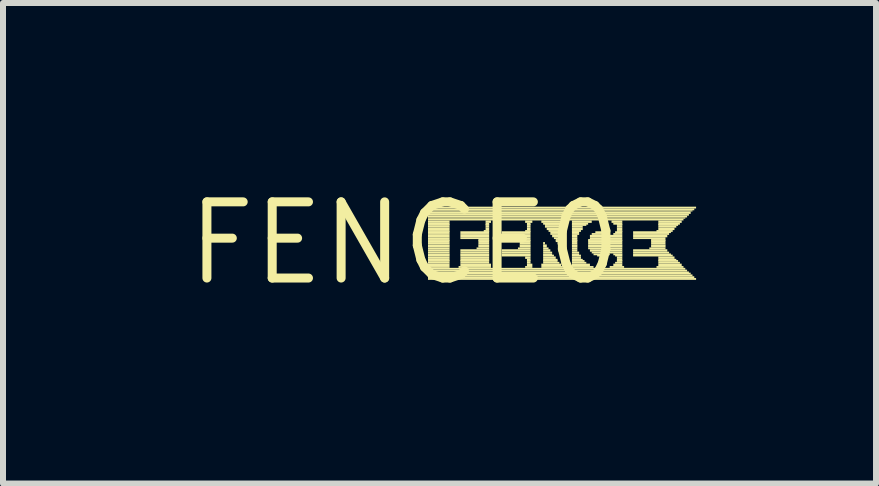
<source format=kicad_pcb>
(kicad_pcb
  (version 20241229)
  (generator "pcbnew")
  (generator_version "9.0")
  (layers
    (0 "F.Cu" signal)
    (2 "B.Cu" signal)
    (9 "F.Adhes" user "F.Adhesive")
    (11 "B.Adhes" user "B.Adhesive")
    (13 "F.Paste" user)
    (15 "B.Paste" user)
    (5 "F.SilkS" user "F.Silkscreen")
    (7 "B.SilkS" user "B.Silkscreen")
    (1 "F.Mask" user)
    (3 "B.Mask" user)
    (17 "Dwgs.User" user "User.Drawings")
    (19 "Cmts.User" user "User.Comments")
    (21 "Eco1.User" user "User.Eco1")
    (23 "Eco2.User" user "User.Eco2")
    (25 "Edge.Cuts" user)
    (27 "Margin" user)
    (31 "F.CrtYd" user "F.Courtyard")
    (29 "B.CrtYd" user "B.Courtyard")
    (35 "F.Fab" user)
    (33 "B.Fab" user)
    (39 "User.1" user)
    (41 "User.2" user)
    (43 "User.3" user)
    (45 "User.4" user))
  (footprint "FENCE0"
    (layer "F.Cu")
    (at 3.696 1.006)
    (property "Reference" "FENCE0" (at 0 0 0) (layer "F.SilkS") (effects (font (size 1.27 1.27) (thickness 0.15))))
    (attr through_hole)
    (fp_poly (pts (xy 0.39 -0.58) (xy 4.86 -0.58) (xy 4.86 -0.61) (xy 0.39 -0.61)) (stroke (width 0) (type solid)) (fill yes) (layer "F.SilkS"))
    (fp_poly (pts (xy 0.39 -0.55) (xy 4.83 -0.55) (xy 4.83 -0.58) (xy 0.39 -0.58)) (stroke (width 0) (type solid)) (fill yes) (layer "F.SilkS"))
    (fp_poly (pts (xy 0.39 -0.53) (xy 4.8 -0.53) (xy 4.8 -0.55) (xy 0.39 -0.55)) (stroke (width 0) (type solid)) (fill yes) (layer "F.SilkS"))
    (fp_poly (pts (xy 0.39 -0.49) (xy 4.77 -0.49) (xy 4.77 -0.53) (xy 0.39 -0.53)) (stroke (width 0) (type solid)) (fill yes) (layer "F.SilkS"))
    (fp_poly (pts (xy 0.39 -0.46) (xy 4.74 -0.46) (xy 4.74 -0.49) (xy 0.39 -0.49)) (stroke (width 0) (type solid)) (fill yes) (layer "F.SilkS"))
    (fp_poly (pts (xy 0.39 -0.43) (xy 4.71 -0.43) (xy 4.71 -0.46) (xy 0.39 -0.46)) (stroke (width 0) (type solid)) (fill yes) (layer "F.SilkS"))
    (fp_poly (pts (xy 0.39 -0.41) (xy 4.68 -0.41) (xy 4.68 -0.43) (xy 0.39 -0.43)) (stroke (width 0) (type solid)) (fill yes) (layer "F.SilkS"))
    (fp_poly (pts (xy 0.39 -0.38) (xy 3.24 -0.38) (xy 3.24 -0.41) (xy 0.39 -0.41)) (stroke (width 0) (type solid)) (fill yes) (layer "F.SilkS"))
    (fp_poly (pts (xy 0.39 -0.34) (xy 0.75 -0.34) (xy 0.75 -0.38) (xy 0.39 -0.38)) (stroke (width 0) (type solid)) (fill yes) (layer "F.SilkS"))
    (fp_poly (pts (xy 0.39 -0.31) (xy 0.75 -0.31) (xy 0.75 -0.34) (xy 0.39 -0.34)) (stroke (width 0) (type solid)) (fill yes) (layer "F.SilkS"))
    (fp_poly (pts (xy 0.39 -0.29) (xy 0.75 -0.29) (xy 0.75 -0.32) (xy 0.39 -0.32)) (stroke (width 0) (type solid)) (fill yes) (layer "F.SilkS"))
    (fp_poly (pts (xy 0.39 -0.26) (xy 0.75 -0.26) (xy 0.75 -0.29) (xy 0.39 -0.29)) (stroke (width 0) (type solid)) (fill yes) (layer "F.SilkS"))
    (fp_poly (pts (xy 0.39 -0.22) (xy 0.75 -0.22) (xy 0.75 -0.26) (xy 0.39 -0.26)) (stroke (width 0) (type solid)) (fill yes) (layer "F.SilkS"))
    (fp_poly (pts (xy 0.39 -0.19) (xy 0.75 -0.19) (xy 0.75 -0.22) (xy 0.39 -0.22)) (stroke (width 0) (type solid)) (fill yes) (layer "F.SilkS"))
    (fp_poly (pts (xy 0.39 -0.17) (xy 0.75 -0.17) (xy 0.75 -0.2) (xy 0.39 -0.2)) (stroke (width 0) (type solid)) (fill yes) (layer "F.SilkS"))
    (fp_poly (pts (xy 0.39 -0.14) (xy 0.75 -0.14) (xy 0.75 -0.17) (xy 0.39 -0.17)) (stroke (width 0) (type solid)) (fill yes) (layer "F.SilkS"))
    (fp_poly (pts (xy 0.39 -0.1) (xy 0.75 -0.1) (xy 0.75 -0.14) (xy 0.39 -0.14)) (stroke (width 0) (type solid)) (fill yes) (layer "F.SilkS"))
    (fp_poly (pts (xy 0.39 -0.07) (xy 0.75 -0.07) (xy 0.75 -0.1) (xy 0.39 -0.1)) (stroke (width 0) (type solid)) (fill yes) (layer "F.SilkS"))
    (fp_poly (pts (xy 0.39 -0.04) (xy 0.75 -0.04) (xy 0.75 -0.07) (xy 0.39 -0.07)) (stroke (width 0) (type solid)) (fill yes) (layer "F.SilkS"))
    (fp_poly (pts (xy 0.39 -0.02) (xy 0.75 -0.02) (xy 0.75 -0.05) (xy 0.39 -0.05)) (stroke (width 0) (type solid)) (fill yes) (layer "F.SilkS"))
    (fp_poly (pts (xy 0.39 0.02) (xy 0.75 0.02) (xy 0.75 -0.02) (xy 0.39 -0.02)) (stroke (width 0) (type solid)) (fill yes) (layer "F.SilkS"))
    (fp_poly (pts (xy 0.39 0.05) (xy 0.75 0.05) (xy 0.75 0.02) (xy 0.39 0.02)) (stroke (width 0) (type solid)) (fill yes) (layer "F.SilkS"))
    (fp_poly (pts (xy 0.39 0.07) (xy 0.75 0.07) (xy 0.75 0.04) (xy 0.39 0.04)) (stroke (width 0) (type solid)) (fill yes) (layer "F.SilkS"))
    (fp_poly (pts (xy 0.39 0.1) (xy 0.75 0.1) (xy 0.75 0.07) (xy 0.39 0.07)) (stroke (width 0) (type solid)) (fill yes) (layer "F.SilkS"))
    (fp_poly (pts (xy 0.39 0.14) (xy 0.75 0.14) (xy 0.75 0.1) (xy 0.39 0.1)) (stroke (width 0) (type solid)) (fill yes) (layer "F.SilkS"))
    (fp_poly (pts (xy 0.39 0.17) (xy 0.75 0.17) (xy 0.75 0.14) (xy 0.39 0.14)) (stroke (width 0) (type solid)) (fill yes) (layer "F.SilkS"))
    (fp_poly (pts (xy 0.39 0.2) (xy 0.75 0.2) (xy 0.75 0.17) (xy 0.39 0.17)) (stroke (width 0) (type solid)) (fill yes) (layer "F.SilkS"))
    (fp_poly (pts (xy 0.39 0.22) (xy 0.75 0.22) (xy 0.75 0.19) (xy 0.39 0.19)) (stroke (width 0) (type solid)) (fill yes) (layer "F.SilkS"))
    (fp_poly (pts (xy 0.39 0.26) (xy 0.75 0.26) (xy 0.75 0.22) (xy 0.39 0.22)) (stroke (width 0) (type solid)) (fill yes) (layer "F.SilkS"))
    (fp_poly (pts (xy 0.39 0.29) (xy 0.75 0.29) (xy 0.75 0.26) (xy 0.39 0.26)) (stroke (width 0) (type solid)) (fill yes) (layer "F.SilkS"))
    (fp_poly (pts (xy 0.39 0.31) (xy 0.75 0.31) (xy 0.75 0.28) (xy 0.39 0.28)) (stroke (width 0) (type solid)) (fill yes) (layer "F.SilkS"))
    (fp_poly (pts (xy 0.39 0.34) (xy 0.75 0.34) (xy 0.75 0.31) (xy 0.39 0.31)) (stroke (width 0) (type solid)) (fill yes) (layer "F.SilkS"))
    (fp_poly (pts (xy 0.39 0.38) (xy 0.75 0.38) (xy 0.75 0.34) (xy 0.39 0.34)) (stroke (width 0) (type solid)) (fill yes) (layer "F.SilkS"))
    (fp_poly (pts (xy 0.39 0.41) (xy 0.75 0.41) (xy 0.75 0.38) (xy 0.39 0.38)) (stroke (width 0) (type solid)) (fill yes) (layer "F.SilkS"))
    (fp_poly (pts (xy 0.39 0.44) (xy 4.68 0.44) (xy 4.68 0.41) (xy 0.39 0.41)) (stroke (width 0) (type solid)) (fill yes) (layer "F.SilkS"))
    (fp_poly (pts (xy 0.39 0.47) (xy 4.71 0.47) (xy 4.71 0.44) (xy 0.39 0.44)) (stroke (width 0) (type solid)) (fill yes) (layer "F.SilkS"))
    (fp_poly (pts (xy 0.39 0.5) (xy 4.74 0.5) (xy 4.74 0.47) (xy 0.39 0.47)) (stroke (width 0) (type solid)) (fill yes) (layer "F.SilkS"))
    (fp_poly (pts (xy 0.39 0.52) (xy 4.77 0.52) (xy 4.77 0.49) (xy 0.39 0.49)) (stroke (width 0) (type solid)) (fill yes) (layer "F.SilkS"))
    (fp_poly (pts (xy 0.39 0.55) (xy 4.8 0.55) (xy 4.8 0.52) (xy 0.39 0.52)) (stroke (width 0) (type solid)) (fill yes) (layer "F.SilkS"))
    (fp_poly (pts (xy 0.39 0.58) (xy 4.83 0.58) (xy 4.83 0.55) (xy 0.39 0.55)) (stroke (width 0) (type solid)) (fill yes) (layer "F.SilkS"))
    (fp_poly (pts (xy 0.39 0.61) (xy 4.86 0.61) (xy 4.86 0.58) (xy 0.39 0.58)) (stroke (width 0) (type solid)) (fill yes) (layer "F.SilkS"))
    (fp_poly (pts (xy 0.9 0.41) (xy 1.44 0.41) (xy 1.44 0.38) (xy 0.9 0.38)) (stroke (width 0) (type solid)) (fill yes) (layer "F.SilkS"))
    (fp_poly (pts (xy 0.93 -0.17) (xy 1.41 -0.17) (xy 1.41 -0.2) (xy 0.93 -0.2)) (stroke (width 0) (type solid)) (fill yes) (layer "F.SilkS"))
    (fp_poly (pts (xy 0.93 -0.14) (xy 1.41 -0.14) (xy 1.41 -0.17) (xy 0.93 -0.17)) (stroke (width 0) (type solid)) (fill yes) (layer "F.SilkS"))
    (fp_poly (pts (xy 0.93 -0.1) (xy 1.41 -0.1) (xy 1.41 -0.14) (xy 0.93 -0.14)) (stroke (width 0) (type solid)) (fill yes) (layer "F.SilkS"))
    (fp_poly (pts (xy 0.93 -0.07) (xy 1.41 -0.07) (xy 1.41 -0.1) (xy 0.93 -0.1)) (stroke (width 0) (type solid)) (fill yes) (layer "F.SilkS"))
    (fp_poly (pts (xy 0.93 0.14) (xy 1.41 0.14) (xy 1.41 0.1) (xy 0.93 0.1)) (stroke (width 0) (type solid)) (fill yes) (layer "F.SilkS"))
    (fp_poly (pts (xy 0.93 0.17) (xy 1.41 0.17) (xy 1.41 0.14) (xy 0.93 0.14)) (stroke (width 0) (type solid)) (fill yes) (layer "F.SilkS"))
    (fp_poly (pts (xy 0.93 0.2) (xy 1.41 0.2) (xy 1.41 0.17) (xy 0.93 0.17)) (stroke (width 0) (type solid)) (fill yes) (layer "F.SilkS"))
    (fp_poly (pts (xy 0.93 0.22) (xy 1.41 0.22) (xy 1.41 0.19) (xy 0.93 0.19)) (stroke (width 0) (type solid)) (fill yes) (layer "F.SilkS"))
    (fp_poly (pts (xy 0.93 0.26) (xy 1.41 0.26) (xy 1.41 0.22) (xy 0.93 0.22)) (stroke (width 0) (type solid)) (fill yes) (layer "F.SilkS"))
    (fp_poly (pts (xy 0.93 0.29) (xy 1.41 0.29) (xy 1.41 0.26) (xy 0.93 0.26)) (stroke (width 0) (type solid)) (fill yes) (layer "F.SilkS"))
    (fp_poly (pts (xy 0.93 0.31) (xy 1.41 0.31) (xy 1.41 0.28) (xy 0.93 0.28)) (stroke (width 0) (type solid)) (fill yes) (layer "F.SilkS"))
    (fp_poly (pts (xy 0.93 0.34) (xy 1.41 0.34) (xy 1.41 0.31) (xy 0.93 0.31)) (stroke (width 0) (type solid)) (fill yes) (layer "F.SilkS"))
    (fp_poly (pts (xy 0.93 0.38) (xy 1.44 0.38) (xy 1.44 0.34) (xy 0.93 0.34)) (stroke (width 0) (type solid)) (fill yes) (layer "F.SilkS"))
    (fp_poly (pts (xy 1.2 0.1) (xy 1.41 0.1) (xy 1.41 0.07) (xy 1.2 0.07)) (stroke (width 0) (type solid)) (fill yes) (layer "F.SilkS"))
    (fp_poly (pts (xy 1.23 -0.04) (xy 1.41 -0.04) (xy 1.41 -0.07) (xy 1.23 -0.07)) (stroke (width 0) (type solid)) (fill yes) (layer "F.SilkS"))
    (fp_poly (pts (xy 1.23 -0.02) (xy 1.41 -0.02) (xy 1.41 -0.05) (xy 1.23 -0.05)) (stroke (width 0) (type solid)) (fill yes) (layer "F.SilkS"))
    (fp_poly (pts (xy 1.23 0.02) (xy 1.41 0.02) (xy 1.41 -0.02) (xy 1.23 -0.02)) (stroke (width 0) (type solid)) (fill yes) (layer "F.SilkS"))
    (fp_poly (pts (xy 1.23 0.05) (xy 1.41 0.05) (xy 1.41 0.02) (xy 1.23 0.02)) (stroke (width 0) (type solid)) (fill yes) (layer "F.SilkS"))
    (fp_poly (pts (xy 1.23 0.07) (xy 1.41 0.07) (xy 1.41 0.04) (xy 1.23 0.04)) (stroke (width 0) (type solid)) (fill yes) (layer "F.SilkS"))
    (fp_poly (pts (xy 1.32 -0.19) (xy 1.41 -0.19) (xy 1.41 -0.22) (xy 1.32 -0.22)) (stroke (width 0) (type solid)) (fill yes) (layer "F.SilkS"))
    (fp_poly (pts (xy 1.35 -0.34) (xy 1.44 -0.34) (xy 1.44 -0.38) (xy 1.35 -0.38)) (stroke (width 0) (type solid)) (fill yes) (layer "F.SilkS"))
    (fp_poly (pts (xy 1.35 -0.31) (xy 1.41 -0.31) (xy 1.41 -0.34) (xy 1.35 -0.34)) (stroke (width 0) (type solid)) (fill yes) (layer "F.SilkS"))
    (fp_poly (pts (xy 1.35 -0.29) (xy 1.41 -0.29) (xy 1.41 -0.32) (xy 1.35 -0.32)) (stroke (width 0) (type solid)) (fill yes) (layer "F.SilkS"))
    (fp_poly (pts (xy 1.35 -0.26) (xy 1.41 -0.26) (xy 1.41 -0.29) (xy 1.35 -0.29)) (stroke (width 0) (type solid)) (fill yes) (layer "F.SilkS"))
    (fp_poly (pts (xy 1.35 -0.22) (xy 1.41 -0.22) (xy 1.41 -0.26) (xy 1.35 -0.26)) (stroke (width 0) (type solid)) (fill yes) (layer "F.SilkS"))
    (fp_poly (pts (xy 1.62 -0.17) (xy 2.1 -0.17) (xy 2.1 -0.2) (xy 1.62 -0.2)) (stroke (width 0) (type solid)) (fill yes) (layer "F.SilkS"))
    (fp_poly (pts (xy 1.62 -0.14) (xy 2.1 -0.14) (xy 2.1 -0.17) (xy 1.62 -0.17)) (stroke (width 0) (type solid)) (fill yes) (layer "F.SilkS"))
    (fp_poly (pts (xy 1.62 -0.1) (xy 2.1 -0.1) (xy 2.1 -0.14) (xy 1.62 -0.14)) (stroke (width 0) (type solid)) (fill yes) (layer "F.SilkS"))
    (fp_poly (pts (xy 1.62 -0.07) (xy 2.1 -0.07) (xy 2.1 -0.1) (xy 1.62 -0.1)) (stroke (width 0) (type solid)) (fill yes) (layer "F.SilkS"))
    (fp_poly (pts (xy 1.62 0.14) (xy 2.1 0.14) (xy 2.1 0.1) (xy 1.62 0.1)) (stroke (width 0) (type solid)) (fill yes) (layer "F.SilkS"))
    (fp_poly (pts (xy 1.62 0.17) (xy 2.1 0.17) (xy 2.1 0.14) (xy 1.62 0.14)) (stroke (width 0) (type solid)) (fill yes) (layer "F.SilkS"))
    (fp_poly (pts (xy 1.62 0.2) (xy 2.1 0.2) (xy 2.1 0.17) (xy 1.62 0.17)) (stroke (width 0) (type solid)) (fill yes) (layer "F.SilkS"))
    (fp_poly (pts (xy 1.62 0.22) (xy 2.1 0.22) (xy 2.1 0.19) (xy 1.62 0.19)) (stroke (width 0) (type solid)) (fill yes) (layer "F.SilkS"))
    (fp_poly (pts (xy 1.89 -0.04) (xy 2.1 -0.04) (xy 2.1 -0.07) (xy 1.89 -0.07)) (stroke (width 0) (type solid)) (fill yes) (layer "F.SilkS"))
    (fp_poly (pts (xy 1.89 0.1) (xy 2.1 0.1) (xy 2.1 0.07) (xy 1.89 0.07)) (stroke (width 0) (type solid)) (fill yes) (layer "F.SilkS"))
    (fp_poly (pts (xy 1.92 -0.02) (xy 2.1 -0.02) (xy 2.1 -0.05) (xy 1.92 -0.05)) (stroke (width 0) (type solid)) (fill yes) (layer "F.SilkS"))
    (fp_poly (pts (xy 1.92 0.02) (xy 2.1 0.02) (xy 2.1 -0.02) (xy 1.92 -0.02)) (stroke (width 0) (type solid)) (fill yes) (layer "F.SilkS"))
    (fp_poly (pts (xy 1.92 0.05) (xy 2.1 0.05) (xy 2.1 0.02) (xy 1.92 0.02)) (stroke (width 0) (type solid)) (fill yes) (layer "F.SilkS"))
    (fp_poly (pts (xy 1.92 0.07) (xy 2.1 0.07) (xy 2.1 0.04) (xy 1.92 0.04)) (stroke (width 0) (type solid)) (fill yes) (layer "F.SilkS"))
    (fp_poly (pts (xy 2.01 -0.34) (xy 2.13 -0.34) (xy 2.13 -0.38) (xy 2.01 -0.38)) (stroke (width 0) (type solid)) (fill yes) (layer "F.SilkS"))
    (fp_poly (pts (xy 2.01 -0.19) (xy 2.1 -0.19) (xy 2.1 -0.22) (xy 2.01 -0.22)) (stroke (width 0) (type solid)) (fill yes) (layer "F.SilkS"))
    (fp_poly (pts (xy 2.01 0.26) (xy 2.1 0.26) (xy 2.1 0.22) (xy 2.01 0.22)) (stroke (width 0) (type solid)) (fill yes) (layer "F.SilkS"))
    (fp_poly (pts (xy 2.01 0.41) (xy 2.13 0.41) (xy 2.13 0.38) (xy 2.01 0.38)) (stroke (width 0) (type solid)) (fill yes) (layer "F.SilkS"))
    (fp_poly (pts (xy 2.04 -0.31) (xy 2.1 -0.31) (xy 2.1 -0.34) (xy 2.04 -0.34)) (stroke (width 0) (type solid)) (fill yes) (layer "F.SilkS"))
    (fp_poly (pts (xy 2.04 -0.29) (xy 2.1 -0.29) (xy 2.1 -0.32) (xy 2.04 -0.32)) (stroke (width 0) (type solid)) (fill yes) (layer "F.SilkS"))
    (fp_poly (pts (xy 2.04 -0.26) (xy 2.1 -0.26) (xy 2.1 -0.29) (xy 2.04 -0.29)) (stroke (width 0) (type solid)) (fill yes) (layer "F.SilkS"))
    (fp_poly (pts (xy 2.04 -0.22) (xy 2.1 -0.22) (xy 2.1 -0.26) (xy 2.04 -0.26)) (stroke (width 0) (type solid)) (fill yes) (layer "F.SilkS"))
    (fp_poly (pts (xy 2.04 0.29) (xy 2.1 0.29) (xy 2.1 0.26) (xy 2.04 0.26)) (stroke (width 0) (type solid)) (fill yes) (layer "F.SilkS"))
    (fp_poly (pts (xy 2.04 0.31) (xy 2.1 0.31) (xy 2.1 0.28) (xy 2.04 0.28)) (stroke (width 0) (type solid)) (fill yes) (layer "F.SilkS"))
    (fp_poly (pts (xy 2.04 0.34) (xy 2.1 0.34) (xy 2.1 0.31) (xy 2.04 0.31)) (stroke (width 0) (type solid)) (fill yes) (layer "F.SilkS"))
    (fp_poly (pts (xy 2.04 0.38) (xy 2.13 0.38) (xy 2.13 0.34) (xy 2.04 0.34)) (stroke (width 0) (type solid)) (fill yes) (layer "F.SilkS"))
    (fp_poly (pts (xy 2.28 -0.34) (xy 2.64 -0.34) (xy 2.64 -0.38) (xy 2.28 -0.38)) (stroke (width 0) (type solid)) (fill yes) (layer "F.SilkS"))
    (fp_poly (pts (xy 2.28 0.38) (xy 2.61 0.38) (xy 2.61 0.34) (xy 2.28 0.34)) (stroke (width 0) (type solid)) (fill yes) (layer "F.SilkS"))
    (fp_poly (pts (xy 2.28 0.41) (xy 2.64 0.41) (xy 2.64 0.38) (xy 2.28 0.38)) (stroke (width 0) (type solid)) (fill yes) (layer "F.SilkS"))
    (fp_poly (pts (xy 2.31 -0.31) (xy 2.61 -0.31) (xy 2.61 -0.34) (xy 2.31 -0.34)) (stroke (width 0) (type solid)) (fill yes) (layer "F.SilkS"))
    (fp_poly (pts (xy 2.31 0.02) (xy 2.34 0.02) (xy 2.34 -0.02) (xy 2.31 -0.02)) (stroke (width 0) (type solid)) (fill yes) (layer "F.SilkS"))
    (fp_poly (pts (xy 2.31 0.05) (xy 2.37 0.05) (xy 2.37 0.02) (xy 2.31 0.02)) (stroke (width 0) (type solid)) (fill yes) (layer "F.SilkS"))
    (fp_poly (pts (xy 2.31 0.07) (xy 2.37 0.07) (xy 2.37 0.04) (xy 2.31 0.04)) (stroke (width 0) (type solid)) (fill yes) (layer "F.SilkS"))
    (fp_poly (pts (xy 2.31 0.1) (xy 2.4 0.1) (xy 2.4 0.07) (xy 2.31 0.07)) (stroke (width 0) (type solid)) (fill yes) (layer "F.SilkS"))
    (fp_poly (pts (xy 2.31 0.14) (xy 2.43 0.14) (xy 2.43 0.1) (xy 2.31 0.1)) (stroke (width 0) (type solid)) (fill yes) (layer "F.SilkS"))
    (fp_poly (pts (xy 2.31 0.17) (xy 2.46 0.17) (xy 2.46 0.14) (xy 2.31 0.14)) (stroke (width 0) (type solid)) (fill yes) (layer "F.SilkS"))
    (fp_poly (pts (xy 2.31 0.2) (xy 2.46 0.2) (xy 2.46 0.17) (xy 2.31 0.17)) (stroke (width 0) (type solid)) (fill yes) (layer "F.SilkS"))
    (fp_poly (pts (xy 2.31 0.22) (xy 2.49 0.22) (xy 2.49 0.19) (xy 2.31 0.19)) (stroke (width 0) (type solid)) (fill yes) (layer "F.SilkS"))
    (fp_poly (pts (xy 2.31 0.26) (xy 2.52 0.26) (xy 2.52 0.22) (xy 2.31 0.22)) (stroke (width 0) (type solid)) (fill yes) (layer "F.SilkS"))
    (fp_poly (pts (xy 2.31 0.29) (xy 2.55 0.29) (xy 2.55 0.26) (xy 2.31 0.26)) (stroke (width 0) (type solid)) (fill yes) (layer "F.SilkS"))
    (fp_poly (pts (xy 2.31 0.31) (xy 2.55 0.31) (xy 2.55 0.28) (xy 2.31 0.28)) (stroke (width 0) (type solid)) (fill yes) (layer "F.SilkS"))
    (fp_poly (pts (xy 2.31 0.34) (xy 2.58 0.34) (xy 2.58 0.31) (xy 2.31 0.31)) (stroke (width 0) (type solid)) (fill yes) (layer "F.SilkS"))
    (fp_poly (pts (xy 2.34 -0.29) (xy 2.61 -0.29) (xy 2.61 -0.32) (xy 2.34 -0.32)) (stroke (width 0) (type solid)) (fill yes) (layer "F.SilkS"))
    (fp_poly (pts (xy 2.34 -0.26) (xy 2.61 -0.26) (xy 2.61 -0.29) (xy 2.34 -0.29)) (stroke (width 0) (type solid)) (fill yes) (layer "F.SilkS"))
    (fp_poly (pts (xy 2.37 -0.22) (xy 2.61 -0.22) (xy 2.61 -0.26) (xy 2.37 -0.26)) (stroke (width 0) (type solid)) (fill yes) (layer "F.SilkS"))
    (fp_poly (pts (xy 2.4 -0.19) (xy 2.61 -0.19) (xy 2.61 -0.22) (xy 2.4 -0.22)) (stroke (width 0) (type solid)) (fill yes) (layer "F.SilkS"))
    (fp_poly (pts (xy 2.43 -0.17) (xy 2.61 -0.17) (xy 2.61 -0.2) (xy 2.43 -0.2)) (stroke (width 0) (type solid)) (fill yes) (layer "F.SilkS"))
    (fp_poly (pts (xy 2.43 -0.14) (xy 2.61 -0.14) (xy 2.61 -0.17) (xy 2.43 -0.17)) (stroke (width 0) (type solid)) (fill yes) (layer "F.SilkS"))
    (fp_poly (pts (xy 2.46 -0.1) (xy 2.61 -0.1) (xy 2.61 -0.14) (xy 2.46 -0.14)) (stroke (width 0) (type solid)) (fill yes) (layer "F.SilkS"))
    (fp_poly (pts (xy 2.49 -0.07) (xy 2.61 -0.07) (xy 2.61 -0.1) (xy 2.49 -0.1)) (stroke (width 0) (type solid)) (fill yes) (layer "F.SilkS"))
    (fp_poly (pts (xy 2.52 -0.04) (xy 2.61 -0.04) (xy 2.61 -0.07) (xy 2.52 -0.07)) (stroke (width 0) (type solid)) (fill yes) (layer "F.SilkS"))
    (fp_poly (pts (xy 2.52 -0.02) (xy 2.61 -0.02) (xy 2.61 -0.05) (xy 2.52 -0.05)) (stroke (width 0) (type solid)) (fill yes) (layer "F.SilkS"))
    (fp_poly (pts (xy 2.55 0.02) (xy 2.61 0.02) (xy 2.61 -0.02) (xy 2.55 -0.02)) (stroke (width 0) (type solid)) (fill yes) (layer "F.SilkS"))
    (fp_poly (pts (xy 2.58 0.05) (xy 2.61 0.05) (xy 2.61 0.02) (xy 2.58 0.02)) (stroke (width 0) (type solid)) (fill yes) (layer "F.SilkS"))
    (fp_poly (pts (xy 2.76 0.41) (xy 3.15 0.41) (xy 3.15 0.38) (xy 2.76 0.38)) (stroke (width 0) (type solid)) (fill yes) (layer "F.SilkS"))
    (fp_poly (pts (xy 2.79 -0.34) (xy 3.12 -0.34) (xy 3.12 -0.38) (xy 2.79 -0.38)) (stroke (width 0) (type solid)) (fill yes) (layer "F.SilkS"))
    (fp_poly (pts (xy 2.79 -0.31) (xy 3.06 -0.31) (xy 3.06 -0.34) (xy 2.79 -0.34)) (stroke (width 0) (type solid)) (fill yes) (layer "F.SilkS"))
    (fp_poly (pts (xy 2.79 -0.29) (xy 3.03 -0.29) (xy 3.03 -0.32) (xy 2.79 -0.32)) (stroke (width 0) (type solid)) (fill yes) (layer "F.SilkS"))
    (fp_poly (pts (xy 2.79 -0.26) (xy 2.97 -0.26) (xy 2.97 -0.29) (xy 2.79 -0.29)) (stroke (width 0) (type solid)) (fill yes) (layer "F.SilkS"))
    (fp_poly (pts (xy 2.79 -0.22) (xy 2.97 -0.22) (xy 2.97 -0.26) (xy 2.79 -0.26)) (stroke (width 0) (type solid)) (fill yes) (layer "F.SilkS"))
    (fp_poly (pts (xy 2.79 -0.19) (xy 2.94 -0.19) (xy 2.94 -0.22) (xy 2.79 -0.22)) (stroke (width 0) (type solid)) (fill yes) (layer "F.SilkS"))
    (fp_poly (pts (xy 2.79 -0.17) (xy 2.91 -0.17) (xy 2.91 -0.2) (xy 2.79 -0.2)) (stroke (width 0) (type solid)) (fill yes) (layer "F.SilkS"))
    (fp_poly (pts (xy 2.79 -0.14) (xy 2.91 -0.14) (xy 2.91 -0.17) (xy 2.79 -0.17)) (stroke (width 0) (type solid)) (fill yes) (layer "F.SilkS"))
    (fp_poly (pts (xy 2.79 -0.1) (xy 2.88 -0.1) (xy 2.88 -0.14) (xy 2.79 -0.14)) (stroke (width 0) (type solid)) (fill yes) (layer "F.SilkS"))
    (fp_poly (pts (xy 2.79 -0.07) (xy 2.88 -0.07) (xy 2.88 -0.1) (xy 2.79 -0.1)) (stroke (width 0) (type solid)) (fill yes) (layer "F.SilkS"))
    (fp_poly (pts (xy 2.79 -0.04) (xy 2.88 -0.04) (xy 2.88 -0.07) (xy 2.79 -0.07)) (stroke (width 0) (type solid)) (fill yes) (layer "F.SilkS"))
    (fp_poly (pts (xy 2.79 -0.02) (xy 2.88 -0.02) (xy 2.88 -0.05) (xy 2.79 -0.05)) (stroke (width 0) (type solid)) (fill yes) (layer "F.SilkS"))
    (fp_poly (pts (xy 2.79 0.02) (xy 2.88 0.02) (xy 2.88 -0.02) (xy 2.79 -0.02)) (stroke (width 0) (type solid)) (fill yes) (layer "F.SilkS"))
    (fp_poly (pts (xy 2.79 0.05) (xy 2.88 0.05) (xy 2.88 0.02) (xy 2.79 0.02)) (stroke (width 0) (type solid)) (fill yes) (layer "F.SilkS"))
    (fp_poly (pts (xy 2.79 0.07) (xy 2.88 0.07) (xy 2.88 0.04) (xy 2.79 0.04)) (stroke (width 0) (type solid)) (fill yes) (layer "F.SilkS"))
    (fp_poly (pts (xy 2.79 0.1) (xy 2.88 0.1) (xy 2.88 0.07) (xy 2.79 0.07)) (stroke (width 0) (type solid)) (fill yes) (layer "F.SilkS"))
    (fp_poly (pts (xy 2.79 0.14) (xy 2.88 0.14) (xy 2.88 0.1) (xy 2.79 0.1)) (stroke (width 0) (type solid)) (fill yes) (layer "F.SilkS"))
    (fp_poly (pts (xy 2.79 0.17) (xy 2.91 0.17) (xy 2.91 0.14) (xy 2.79 0.14)) (stroke (width 0) (type solid)) (fill yes) (layer "F.SilkS"))
    (fp_poly (pts (xy 2.79 0.2) (xy 2.91 0.2) (xy 2.91 0.17) (xy 2.79 0.17)) (stroke (width 0) (type solid)) (fill yes) (layer "F.SilkS"))
    (fp_poly (pts (xy 2.79 0.22) (xy 2.94 0.22) (xy 2.94 0.19) (xy 2.79 0.19)) (stroke (width 0) (type solid)) (fill yes) (layer "F.SilkS"))
    (fp_poly (pts (xy 2.79 0.26) (xy 2.94 0.26) (xy 2.94 0.22) (xy 2.79 0.22)) (stroke (width 0) (type solid)) (fill yes) (layer "F.SilkS"))
    (fp_poly (pts (xy 2.79 0.29) (xy 2.97 0.29) (xy 2.97 0.26) (xy 2.79 0.26)) (stroke (width 0) (type solid)) (fill yes) (layer "F.SilkS"))
    (fp_poly (pts (xy 2.79 0.31) (xy 3 0.31) (xy 3 0.28) (xy 2.79 0.28)) (stroke (width 0) (type solid)) (fill yes) (layer "F.SilkS"))
    (fp_poly (pts (xy 2.79 0.34) (xy 3.03 0.34) (xy 3.03 0.31) (xy 2.79 0.31)) (stroke (width 0) (type solid)) (fill yes) (layer "F.SilkS"))
    (fp_poly (pts (xy 2.79 0.38) (xy 3.09 0.38) (xy 3.09 0.34) (xy 2.79 0.34)) (stroke (width 0) (type solid)) (fill yes) (layer "F.SilkS"))
    (fp_poly (pts (xy 3.06 -0.04) (xy 3.63 -0.04) (xy 3.63 -0.07) (xy 3.06 -0.07)) (stroke (width 0) (type solid)) (fill yes) (layer "F.SilkS"))
    (fp_poly (pts (xy 3.06 -0.02) (xy 3.63 -0.02) (xy 3.63 -0.05) (xy 3.06 -0.05)) (stroke (width 0) (type solid)) (fill yes) (layer "F.SilkS"))
    (fp_poly (pts (xy 3.06 0.02) (xy 3.63 0.02) (xy 3.63 -0.02) (xy 3.06 -0.02)) (stroke (width 0) (type solid)) (fill yes) (layer "F.SilkS"))
    (fp_poly (pts (xy 3.06 0.05) (xy 3.63 0.05) (xy 3.63 0.02) (xy 3.06 0.02)) (stroke (width 0) (type solid)) (fill yes) (layer "F.SilkS"))
    (fp_poly (pts (xy 3.06 0.07) (xy 3.63 0.07) (xy 3.63 0.04) (xy 3.06 0.04)) (stroke (width 0) (type solid)) (fill yes) (layer "F.SilkS"))
    (fp_poly (pts (xy 3.06 0.1) (xy 3.63 0.1) (xy 3.63 0.07) (xy 3.06 0.07)) (stroke (width 0) (type solid)) (fill yes) (layer "F.SilkS"))
    (fp_poly (pts (xy 3.09 -0.1) (xy 3.63 -0.1) (xy 3.63 -0.14) (xy 3.09 -0.14)) (stroke (width 0) (type solid)) (fill yes) (layer "F.SilkS"))
    (fp_poly (pts (xy 3.09 -0.07) (xy 3.63 -0.07) (xy 3.63 -0.1) (xy 3.09 -0.1)) (stroke (width 0) (type solid)) (fill yes) (layer "F.SilkS"))
    (fp_poly (pts (xy 3.09 0.14) (xy 3.63 0.14) (xy 3.63 0.1) (xy 3.09 0.1)) (stroke (width 0) (type solid)) (fill yes) (layer "F.SilkS"))
    (fp_poly (pts (xy 3.12 -0.14) (xy 3.42 -0.14) (xy 3.42 -0.17) (xy 3.12 -0.17)) (stroke (width 0) (type solid)) (fill yes) (layer "F.SilkS"))
    (fp_poly (pts (xy 3.12 0.17) (xy 3.63 0.17) (xy 3.63 0.14) (xy 3.12 0.14)) (stroke (width 0) (type solid)) (fill yes) (layer "F.SilkS"))
    (fp_poly (pts (xy 3.15 0.2) (xy 3.42 0.2) (xy 3.42 0.17) (xy 3.15 0.17)) (stroke (width 0) (type solid)) (fill yes) (layer "F.SilkS"))
    (fp_poly (pts (xy 3.18 -0.17) (xy 3.39 -0.17) (xy 3.39 -0.2) (xy 3.18 -0.2)) (stroke (width 0) (type solid)) (fill yes) (layer "F.SilkS"))
    (fp_poly (pts (xy 3.21 0.22) (xy 3.36 0.22) (xy 3.36 0.19) (xy 3.21 0.19)) (stroke (width 0) (type solid)) (fill yes) (layer "F.SilkS"))
    (fp_poly (pts (xy 3.33 -0.38) (xy 4.65 -0.38) (xy 4.65 -0.41) (xy 3.33 -0.41)) (stroke (width 0) (type solid)) (fill yes) (layer "F.SilkS"))
    (fp_poly (pts (xy 3.42 0.41) (xy 3.66 0.41) (xy 3.66 0.38) (xy 3.42 0.38)) (stroke (width 0) (type solid)) (fill yes) (layer "F.SilkS"))
    (fp_poly (pts (xy 3.45 -0.34) (xy 3.63 -0.34) (xy 3.63 -0.38) (xy 3.45 -0.38)) (stroke (width 0) (type solid)) (fill yes) (layer "F.SilkS"))
    (fp_poly (pts (xy 3.48 -0.31) (xy 3.63 -0.31) (xy 3.63 -0.34) (xy 3.48 -0.34)) (stroke (width 0) (type solid)) (fill yes) (layer "F.SilkS"))
    (fp_poly (pts (xy 3.48 -0.14) (xy 3.63 -0.14) (xy 3.63 -0.17) (xy 3.48 -0.17)) (stroke (width 0) (type solid)) (fill yes) (layer "F.SilkS"))
    (fp_poly (pts (xy 3.48 0.2) (xy 3.63 0.2) (xy 3.63 0.17) (xy 3.48 0.17)) (stroke (width 0) (type solid)) (fill yes) (layer "F.SilkS"))
    (fp_poly (pts (xy 3.48 0.38) (xy 3.63 0.38) (xy 3.63 0.34) (xy 3.48 0.34)) (stroke (width 0) (type solid)) (fill yes) (layer "F.SilkS"))
    (fp_poly (pts (xy 3.51 -0.17) (xy 3.63 -0.17) (xy 3.63 -0.2) (xy 3.51 -0.2)) (stroke (width 0) (type solid)) (fill yes) (layer "F.SilkS"))
    (fp_poly (pts (xy 3.51 0.22) (xy 3.63 0.22) (xy 3.63 0.19) (xy 3.51 0.19)) (stroke (width 0) (type solid)) (fill yes) (layer "F.SilkS"))
    (fp_poly (pts (xy 3.51 0.34) (xy 3.63 0.34) (xy 3.63 0.31) (xy 3.51 0.31)) (stroke (width 0) (type solid)) (fill yes) (layer "F.SilkS"))
    (fp_poly (pts (xy 3.54 -0.29) (xy 3.63 -0.29) (xy 3.63 -0.32) (xy 3.54 -0.32)) (stroke (width 0) (type solid)) (fill yes) (layer "F.SilkS"))
    (fp_poly (pts (xy 3.54 -0.26) (xy 3.63 -0.26) (xy 3.63 -0.29) (xy 3.54 -0.29)) (stroke (width 0) (type solid)) (fill yes) (layer "F.SilkS"))
    (fp_poly (pts (xy 3.54 -0.22) (xy 3.63 -0.22) (xy 3.63 -0.26) (xy 3.54 -0.26)) (stroke (width 0) (type solid)) (fill yes) (layer "F.SilkS"))
    (fp_poly (pts (xy 3.54 -0.19) (xy 3.63 -0.19) (xy 3.63 -0.22) (xy 3.54 -0.22)) (stroke (width 0) (type solid)) (fill yes) (layer "F.SilkS"))
    (fp_poly (pts (xy 3.54 0.26) (xy 3.63 0.26) (xy 3.63 0.22) (xy 3.54 0.22)) (stroke (width 0) (type solid)) (fill yes) (layer "F.SilkS"))
    (fp_poly (pts (xy 3.54 0.29) (xy 3.63 0.29) (xy 3.63 0.26) (xy 3.54 0.26)) (stroke (width 0) (type solid)) (fill yes) (layer "F.SilkS"))
    (fp_poly (pts (xy 3.54 0.31) (xy 3.63 0.31) (xy 3.63 0.28) (xy 3.54 0.28)) (stroke (width 0) (type solid)) (fill yes) (layer "F.SilkS"))
    (fp_poly (pts (xy 3.81 -0.17) (xy 4.44 -0.17) (xy 4.44 -0.2) (xy 3.81 -0.2)) (stroke (width 0) (type solid)) (fill yes) (layer "F.SilkS"))
    (fp_poly (pts (xy 3.81 -0.14) (xy 4.41 -0.14) (xy 4.41 -0.17) (xy 3.81 -0.17)) (stroke (width 0) (type solid)) (fill yes) (layer "F.SilkS"))
    (fp_poly (pts (xy 3.81 -0.1) (xy 4.38 -0.1) (xy 4.38 -0.14) (xy 3.81 -0.14)) (stroke (width 0) (type solid)) (fill yes) (layer "F.SilkS"))
    (fp_poly (pts (xy 3.81 -0.07) (xy 4.35 -0.07) (xy 4.35 -0.1) (xy 3.81 -0.1)) (stroke (width 0) (type solid)) (fill yes) (layer "F.SilkS"))
    (fp_poly (pts (xy 3.81 0.14) (xy 4.38 0.14) (xy 4.38 0.1) (xy 3.81 0.1)) (stroke (width 0) (type solid)) (fill yes) (layer "F.SilkS"))
    (fp_poly (pts (xy 3.81 0.17) (xy 4.41 0.17) (xy 4.41 0.14) (xy 3.81 0.14)) (stroke (width 0) (type solid)) (fill yes) (layer "F.SilkS"))
    (fp_poly (pts (xy 3.81 0.2) (xy 4.44 0.2) (xy 4.44 0.17) (xy 3.81 0.17)) (stroke (width 0) (type solid)) (fill yes) (layer "F.SilkS"))
    (fp_poly (pts (xy 3.81 0.22) (xy 4.47 0.22) (xy 4.47 0.19) (xy 3.81 0.19)) (stroke (width 0) (type solid)) (fill yes) (layer "F.SilkS"))
    (fp_poly (pts (xy 4.08 0.1) (xy 4.35 0.1) (xy 4.35 0.07) (xy 4.08 0.07)) (stroke (width 0) (type solid)) (fill yes) (layer "F.SilkS"))
    (fp_poly (pts (xy 4.11 -0.04) (xy 4.35 -0.04) (xy 4.35 -0.07) (xy 4.11 -0.07)) (stroke (width 0) (type solid)) (fill yes) (layer "F.SilkS"))
    (fp_poly (pts (xy 4.11 -0.02) (xy 4.35 -0.02) (xy 4.35 -0.05) (xy 4.11 -0.05)) (stroke (width 0) (type solid)) (fill yes) (layer "F.SilkS"))
    (fp_poly (pts (xy 4.11 0.02) (xy 4.35 0.02) (xy 4.35 -0.02) (xy 4.11 -0.02)) (stroke (width 0) (type solid)) (fill yes) (layer "F.SilkS"))
    (fp_poly (pts (xy 4.11 0.05) (xy 4.35 0.05) (xy 4.35 0.02) (xy 4.11 0.02)) (stroke (width 0) (type solid)) (fill yes) (layer "F.SilkS"))
    (fp_poly (pts (xy 4.11 0.07) (xy 4.35 0.07) (xy 4.35 0.04) (xy 4.11 0.04)) (stroke (width 0) (type solid)) (fill yes) (layer "F.SilkS"))
    (fp_poly (pts (xy 4.2 -0.19) (xy 4.47 -0.19) (xy 4.47 -0.22) (xy 4.2 -0.22)) (stroke (width 0) (type solid)) (fill yes) (layer "F.SilkS"))
    (fp_poly (pts (xy 4.2 0.41) (xy 4.65 0.41) (xy 4.65 0.38) (xy 4.2 0.38)) (stroke (width 0) (type solid)) (fill yes) (layer "F.SilkS"))
    (fp_poly (pts (xy 4.23 -0.34) (xy 4.62 -0.34) (xy 4.62 -0.38) (xy 4.23 -0.38)) (stroke (width 0) (type solid)) (fill yes) (layer "F.SilkS"))
    (fp_poly (pts (xy 4.23 -0.31) (xy 4.59 -0.31) (xy 4.59 -0.34) (xy 4.23 -0.34)) (stroke (width 0) (type solid)) (fill yes) (layer "F.SilkS"))
    (fp_poly (pts (xy 4.23 -0.29) (xy 4.56 -0.29) (xy 4.56 -0.32) (xy 4.23 -0.32)) (stroke (width 0) (type solid)) (fill yes) (layer "F.SilkS"))
    (fp_poly (pts (xy 4.23 -0.26) (xy 4.53 -0.26) (xy 4.53 -0.29) (xy 4.23 -0.29)) (stroke (width 0) (type solid)) (fill yes) (layer "F.SilkS"))
    (fp_poly (pts (xy 4.23 -0.22) (xy 4.5 -0.22) (xy 4.5 -0.26) (xy 4.23 -0.26)) (stroke (width 0) (type solid)) (fill yes) (layer "F.SilkS"))
    (fp_poly (pts (xy 4.23 0.26) (xy 4.5 0.26) (xy 4.5 0.22) (xy 4.23 0.22)) (stroke (width 0) (type solid)) (fill yes) (layer "F.SilkS"))
    (fp_poly (pts (xy 4.23 0.29) (xy 4.53 0.29) (xy 4.53 0.26) (xy 4.23 0.26)) (stroke (width 0) (type solid)) (fill yes) (layer "F.SilkS"))
    (fp_poly (pts (xy 4.23 0.31) (xy 4.56 0.31) (xy 4.56 0.28) (xy 4.23 0.28)) (stroke (width 0) (type solid)) (fill yes) (layer "F.SilkS"))
    (fp_poly (pts (xy 4.23 0.34) (xy 4.59 0.34) (xy 4.59 0.31) (xy 4.23 0.31)) (stroke (width 0) (type solid)) (fill yes) (layer "F.SilkS"))
    (fp_poly (pts (xy 4.23 0.38) (xy 4.62 0.38) (xy 4.62 0.34) (xy 4.23 0.34)) (stroke (width 0) (type solid)) (fill yes) (layer "F.SilkS")))
  (gr_rect
    (start -3 -3)
    (end 11.556 5.012)
    (stroke (width 0.1) (type default))
    (fill no)
    (layer "Edge.Cuts")))
</source>
